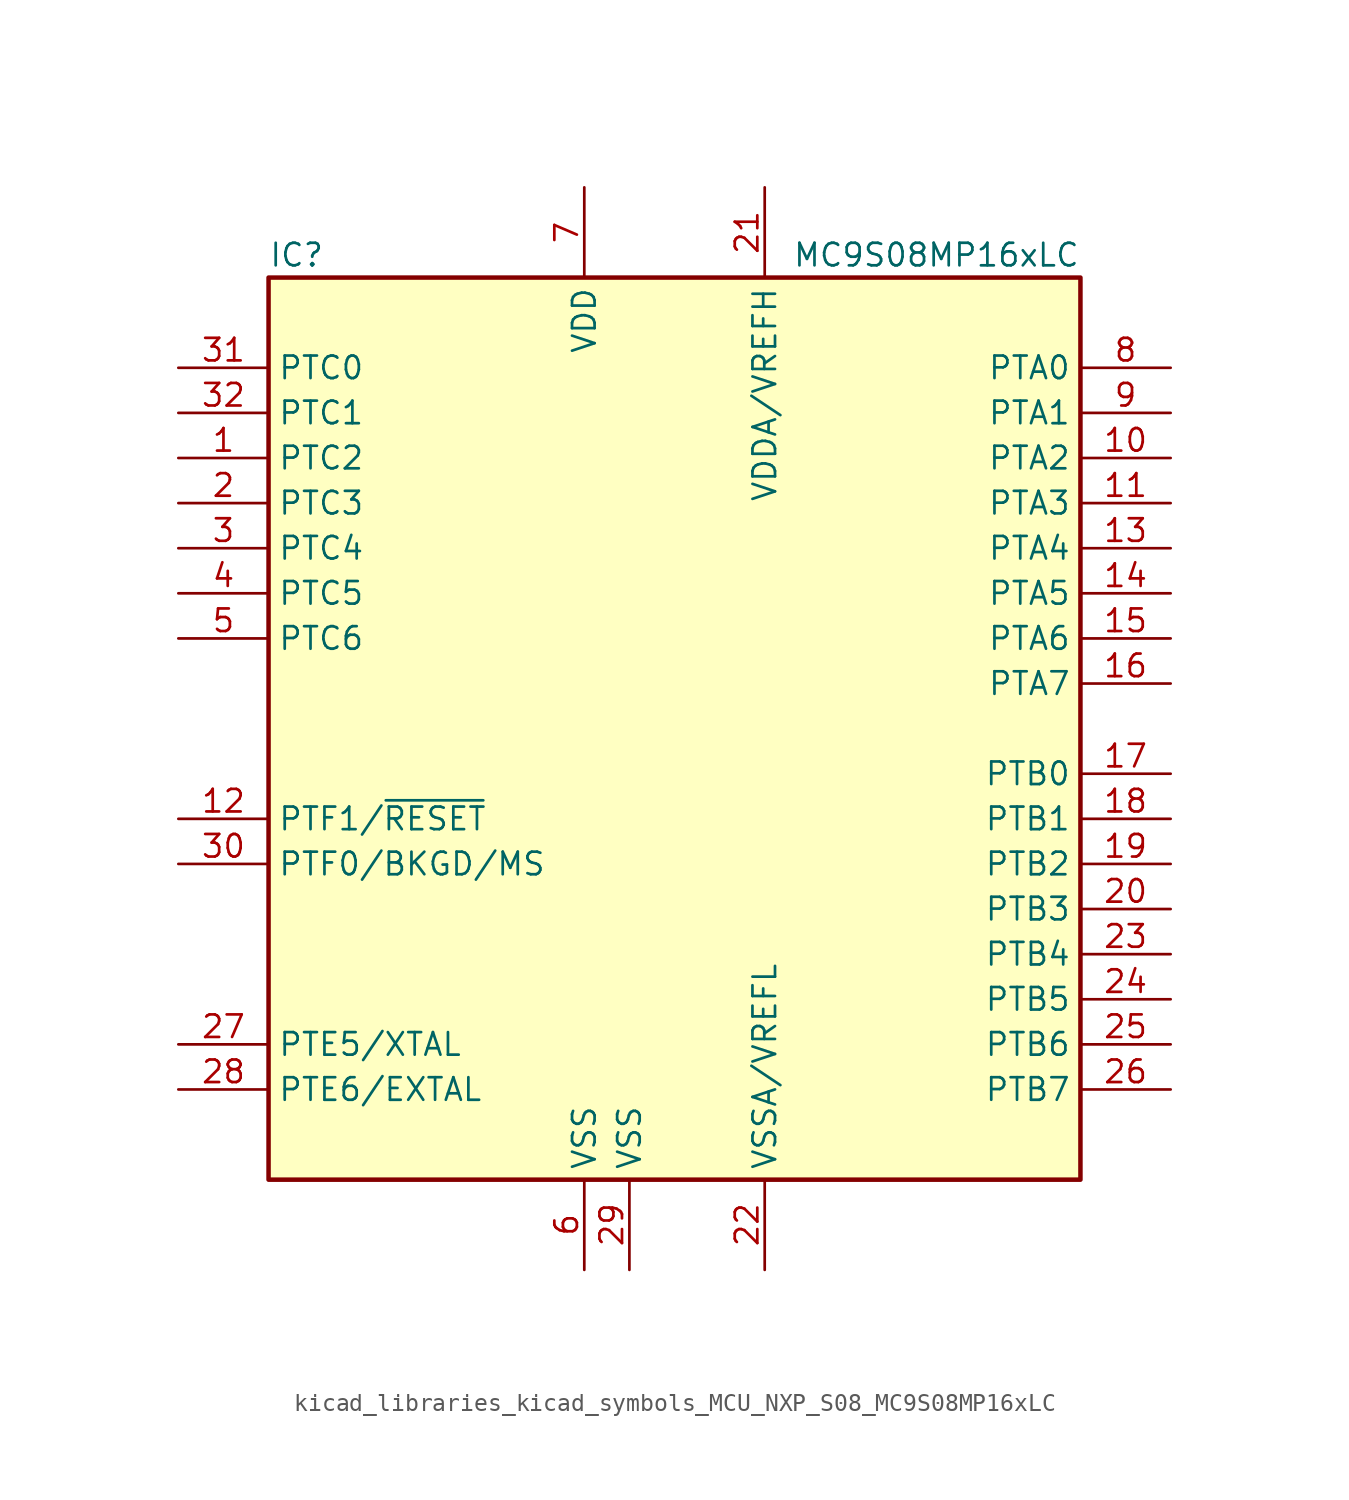
<source format=kicad_sym>
(kicad_symbol_lib
  (version 20220914)
  (generator kicad_symbol_editor)
  (symbol "kicad_libraries_kicad_symbols_MCU_NXP_S08_MC9S08MP16xLC"
    (property "Reference" "IC"
      (at -22.86 26.67 0)
      (effects (font (size 1.27 1.27)) (justify left)))
    (property "Value" "MC9S08MP16xLC"
      (at 22.86 26.67 0)
      (effects (font (size 1.27 1.27)) (justify right)))
    (symbol "kicad_libraries_kicad_symbols_MCU_NXP_S08_MC9S08MP16xLC_0_1"
      (rectangle (start -22.86 25.4) (end 22.86 -25.4) (stroke (width 0.254) (type default)) (fill (type background))))
    (symbol "kicad_libraries_kicad_symbols_MCU_NXP_S08_MC9S08MP16xLC_1_1"
      (pin bidirectional line (at -27.94 15.24 0) (length 5.08) (name "PTC2" (effects (font (size 1.27 1.27)))) (number "1" (effects (font (size 1.27 1.27)))))
      (pin bidirectional line (at 27.94 15.24 180) (length 5.08) (name "PTA2" (effects (font (size 1.27 1.27)))) (number "10" (effects (font (size 1.27 1.27)))))
      (pin bidirectional line (at 27.94 12.7 180) (length 5.08) (name "PTA3" (effects (font (size 1.27 1.27)))) (number "11" (effects (font (size 1.27 1.27)))))
      (pin bidirectional line (at -27.94 -5.08 0) (length 5.08) (name "PTF1/~{RESET}" (effects (font (size 1.27 1.27)))) (number "12" (effects (font (size 1.27 1.27)))))
      (pin bidirectional line (at 27.94 10.16 180) (length 5.08) (name "PTA4" (effects (font (size 1.27 1.27)))) (number "13" (effects (font (size 1.27 1.27)))))
      (pin bidirectional line (at 27.94 7.62 180) (length 5.08) (name "PTA5" (effects (font (size 1.27 1.27)))) (number "14" (effects (font (size 1.27 1.27)))))
      (pin bidirectional line (at 27.94 5.08 180) (length 5.08) (name "PTA6" (effects (font (size 1.27 1.27)))) (number "15" (effects (font (size 1.27 1.27)))))
      (pin bidirectional line (at 27.94 2.54 180) (length 5.08) (name "PTA7" (effects (font (size 1.27 1.27)))) (number "16" (effects (font (size 1.27 1.27)))))
      (pin bidirectional line (at 27.94 -2.54 180) (length 5.08) (name "PTB0" (effects (font (size 1.27 1.27)))) (number "17" (effects (font (size 1.27 1.27)))))
      (pin bidirectional line (at 27.94 -5.08 180) (length 5.08) (name "PTB1" (effects (font (size 1.27 1.27)))) (number "18" (effects (font (size 1.27 1.27)))))
      (pin bidirectional line (at 27.94 -7.62 180) (length 5.08) (name "PTB2" (effects (font (size 1.27 1.27)))) (number "19" (effects (font (size 1.27 1.27)))))
      (pin bidirectional line (at -27.94 12.7 0) (length 5.08) (name "PTC3" (effects (font (size 1.27 1.27)))) (number "2" (effects (font (size 1.27 1.27)))))
      (pin bidirectional line (at 27.94 -10.16 180) (length 5.08) (name "PTB3" (effects (font (size 1.27 1.27)))) (number "20" (effects (font (size 1.27 1.27)))))
      (pin power_in line (at 5.08 30.48 270) (length 5.08) (name "VDDA/VREFH" (effects (font (size 1.27 1.27)))) (number "21" (effects (font (size 1.27 1.27)))))
      (pin power_in line (at 5.08 -30.48 90) (length 5.08) (name "VSSA/VREFL" (effects (font (size 1.27 1.27)))) (number "22" (effects (font (size 1.27 1.27)))))
      (pin bidirectional line (at 27.94 -12.7 180) (length 5.08) (name "PTB4" (effects (font (size 1.27 1.27)))) (number "23" (effects (font (size 1.27 1.27)))))
      (pin bidirectional line (at 27.94 -15.24 180) (length 5.08) (name "PTB5" (effects (font (size 1.27 1.27)))) (number "24" (effects (font (size 1.27 1.27)))))
      (pin bidirectional line (at 27.94 -17.78 180) (length 5.08) (name "PTB6" (effects (font (size 1.27 1.27)))) (number "25" (effects (font (size 1.27 1.27)))))
      (pin bidirectional line (at 27.94 -20.32 180) (length 5.08) (name "PTB7" (effects (font (size 1.27 1.27)))) (number "26" (effects (font (size 1.27 1.27)))))
      (pin bidirectional line (at -27.94 -17.78 0) (length 5.08) (name "PTE5/XTAL" (effects (font (size 1.27 1.27)))) (number "27" (effects (font (size 1.27 1.27)))))
      (pin bidirectional line (at -27.94 -20.32 0) (length 5.08) (name "PTE6/EXTAL" (effects (font (size 1.27 1.27)))) (number "28" (effects (font (size 1.27 1.27)))))
      (pin power_in line (at -2.54 -30.48 90) (length 5.08) (name "VSS" (effects (font (size 1.27 1.27)))) (number "29" (effects (font (size 1.27 1.27)))))
      (pin bidirectional line (at -27.94 10.16 0) (length 5.08) (name "PTC4" (effects (font (size 1.27 1.27)))) (number "3" (effects (font (size 1.27 1.27)))))
      (pin bidirectional line (at -27.94 -7.62 0) (length 5.08) (name "PTF0/BKGD/MS" (effects (font (size 1.27 1.27)))) (number "30" (effects (font (size 1.27 1.27)))))
      (pin bidirectional line (at -27.94 20.32 0) (length 5.08) (name "PTC0" (effects (font (size 1.27 1.27)))) (number "31" (effects (font (size 1.27 1.27)))))
      (pin bidirectional line (at -27.94 17.78 0) (length 5.08) (name "PTC1" (effects (font (size 1.27 1.27)))) (number "32" (effects (font (size 1.27 1.27)))))
      (pin bidirectional line (at -27.94 7.62 0) (length 5.08) (name "PTC5" (effects (font (size 1.27 1.27)))) (number "4" (effects (font (size 1.27 1.27)))))
      (pin bidirectional line (at -27.94 5.08 0) (length 5.08) (name "PTC6" (effects (font (size 1.27 1.27)))) (number "5" (effects (font (size 1.27 1.27)))))
      (pin power_in line (at -5.08 -30.48 90) (length 5.08) (name "VSS" (effects (font (size 1.27 1.27)))) (number "6" (effects (font (size 1.27 1.27)))))
      (pin power_in line (at -5.08 30.48 270) (length 5.08) (name "VDD" (effects (font (size 1.27 1.27)))) (number "7" (effects (font (size 1.27 1.27)))))
      (pin bidirectional line (at 27.94 20.32 180) (length 5.08) (name "PTA0" (effects (font (size 1.27 1.27)))) (number "8" (effects (font (size 1.27 1.27)))))
      (pin bidirectional line (at 27.94 17.78 180) (length 5.08) (name "PTA1" (effects (font (size 1.27 1.27)))) (number "9" (effects (font (size 1.27 1.27))))))))
</source>
